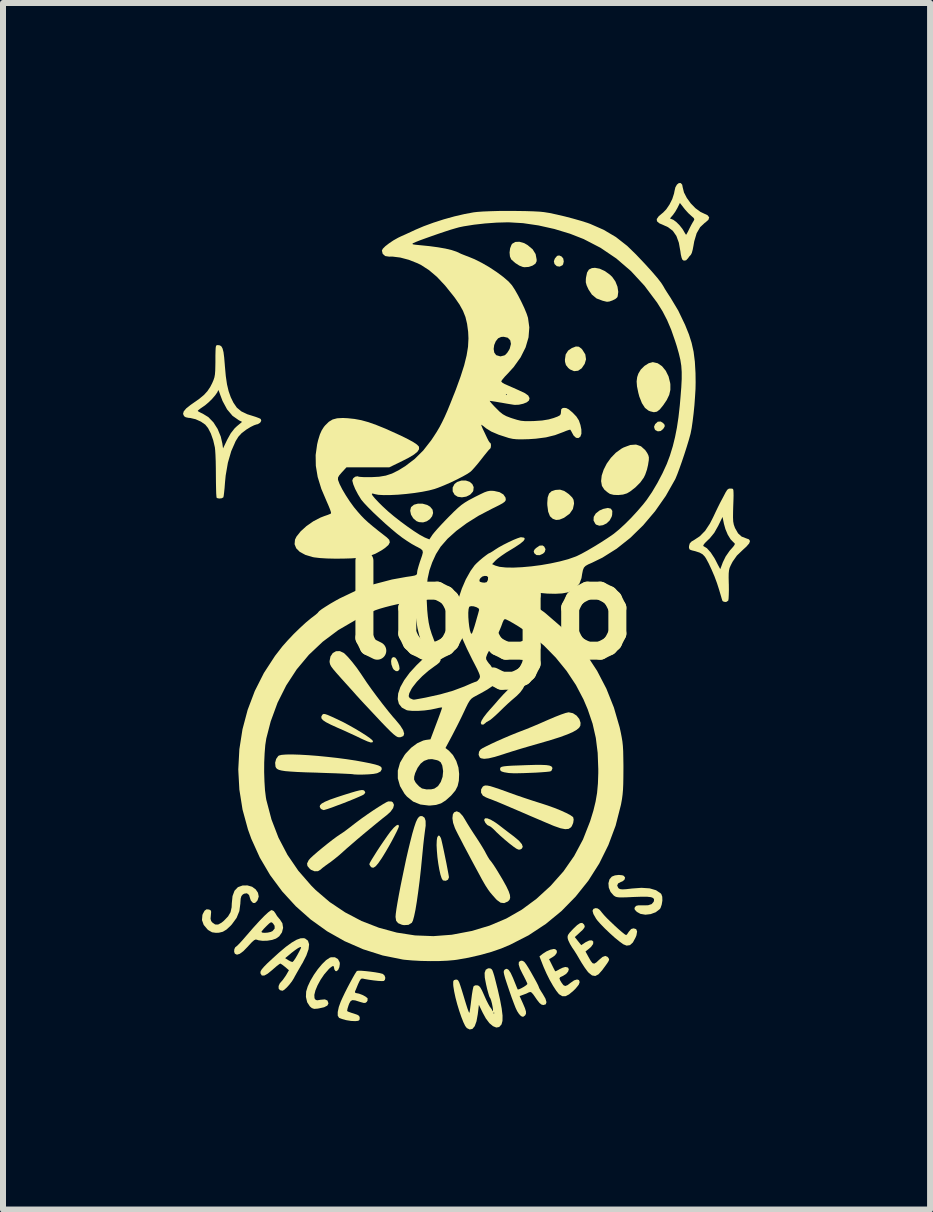
<source format=kicad_pcb>
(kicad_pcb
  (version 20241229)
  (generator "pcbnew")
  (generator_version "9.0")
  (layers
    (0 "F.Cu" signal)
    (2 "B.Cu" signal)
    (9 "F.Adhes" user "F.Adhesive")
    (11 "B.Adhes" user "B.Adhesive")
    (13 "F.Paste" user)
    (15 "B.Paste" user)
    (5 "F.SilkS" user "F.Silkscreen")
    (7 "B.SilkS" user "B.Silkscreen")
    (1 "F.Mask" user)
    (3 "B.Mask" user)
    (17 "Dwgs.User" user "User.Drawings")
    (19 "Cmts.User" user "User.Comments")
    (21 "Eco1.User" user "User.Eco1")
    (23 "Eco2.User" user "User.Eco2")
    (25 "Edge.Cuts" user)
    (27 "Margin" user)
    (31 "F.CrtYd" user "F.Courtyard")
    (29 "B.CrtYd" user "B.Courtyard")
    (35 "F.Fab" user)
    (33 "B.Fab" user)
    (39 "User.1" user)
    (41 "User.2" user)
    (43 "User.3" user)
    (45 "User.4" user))
  (footprint "logo"
    (layer "F.Cu")
    (at 5.093 7.113)
    (property "Reference" "logo" (at 0 0 0) (layer "F.SilkS") (effects (font (size 1.5 1.5) (thickness 0.3))))
    (attr board_only exclude_from_pos_files exclude_from_bom)
    (fp_poly (pts (xy 0.924 -1.057) (xy 0.946 -1.013) (xy 0.933 -0.967) (xy 0.905 -0.939) (xy 0.847 -0.913) (xy 0.795 -0.915) (xy 0.758 -0.946) (xy 0.758 -0.947) (xy 0.749 -0.978) (xy 0.763 -1.007) (xy 0.788 -1.032) (xy 0.847 -1.072) (xy 0.896 -1.075)) (stroke (width 0) (type solid)) (fill yes) (layer "F.SilkS"))
    (fp_poly (pts (xy 2.906 -3.114) (xy 2.931 -3.084) (xy 2.931 -3.056) (xy 2.906 -3.016) (xy 2.865 -2.982) (xy 2.817 -2.976) (xy 2.776 -2.997) (xy 2.765 -3.013) (xy 2.754 -3.052) (xy 2.771 -3.094) (xy 2.774 -3.098) (xy 2.816 -3.137) (xy 2.865 -3.14)) (stroke (width 0) (type solid)) (fill yes) (layer "F.SilkS"))
    (fp_poly (pts (xy 1.213 -5.89) (xy 1.241 -5.857) (xy 1.25 -5.807) (xy 1.239 -5.759) (xy 1.227 -5.743) (xy 1.182 -5.721) (xy 1.134 -5.728) (xy 1.097 -5.763) (xy 1.095 -5.767) (xy 1.085 -5.81) (xy 1.1 -5.852) (xy 1.106 -5.861) (xy 1.139 -5.9) (xy 1.173 -5.907)) (stroke (width 0) (type solid)) (fill yes) (layer "F.SilkS"))
    (fp_poly (pts (xy -1.561 0.791) (xy -1.558 0.793) (xy -1.534 0.823) (xy -1.51 0.875) (xy -1.492 0.932) (xy -1.486 0.978) (xy -1.488 0.988) (xy -1.511 1.018) (xy -1.546 1.019) (xy -1.583 0.993) (xy -1.6 0.967) (xy -1.622 0.906) (xy -1.627 0.851) (xy -1.618 0.808) (xy -1.595 0.785)) (stroke (width 0) (type solid)) (fill yes) (layer "F.SilkS"))
    (fp_poly (pts (xy -0.319 -2.136) (xy -0.274 -2.098) (xy -0.251 -2.047) (xy -0.257 -1.988) (xy -0.266 -1.969) (xy -0.31 -1.921) (xy -0.374 -1.889) (xy -0.447 -1.877) (xy -0.516 -1.886) (xy -0.567 -1.917) (xy -0.601 -1.976) (xy -0.601 -2.041) (xy -0.571 -2.098) (xy -0.529 -2.132) (xy -0.454 -2.157) (xy -0.382 -2.157)) (stroke (width 0) (type solid)) (fill yes) (layer "F.SilkS"))
    (fp_poly (pts (xy 2.035 -1.688) (xy 2.059 -1.65) (xy 2.056 -1.585) (xy 2.048 -1.554) (xy 2.015 -1.492) (xy 1.964 -1.443) (xy 1.903 -1.413) (xy 1.842 -1.404) (xy 1.789 -1.422) (xy 1.776 -1.435) (xy 1.746 -1.491) (xy 1.749 -1.551) (xy 1.783 -1.608) (xy 1.845 -1.657) (xy 1.907 -1.684) (xy 1.984 -1.7)) (stroke (width 0) (type solid)) (fill yes) (layer "F.SilkS"))
    (fp_poly (pts (xy -1.102 -1.771) (xy -1.026 -1.75) (xy -0.977 -1.721) (xy -0.936 -1.671) (xy -0.927 -1.616) (xy -0.943 -1.562) (xy -0.98 -1.514) (xy -1.032 -1.478) (xy -1.094 -1.459) (xy -1.161 -1.464) (xy -1.203 -1.48) (xy -1.258 -1.527) (xy -1.295 -1.588) (xy -1.309 -1.653) (xy -1.296 -1.71) (xy -1.292 -1.716) (xy -1.246 -1.754) (xy -1.179 -1.772)) (stroke (width 0) (type solid)) (fill yes) (layer "F.SilkS"))
    (fp_poly (pts (xy 1.5 -4.387) (xy 1.544 -4.355) (xy 1.559 -4.338) (xy 1.609 -4.258) (xy 1.621 -4.177) (xy 1.599 -4.101) (xy 1.549 -4.027) (xy 1.489 -3.986) (xy 1.422 -3.979) (xy 1.354 -4.008) (xy 1.324 -4.033) (xy 1.286 -4.081) (xy 1.271 -4.135) (xy 1.269 -4.171) (xy 1.282 -4.258) (xy 1.323 -4.322) (xy 1.386 -4.365) (xy 1.451 -4.39)) (stroke (width 0) (type solid)) (fill yes) (layer "F.SilkS"))
    (fp_poly (pts (xy 0.591 -6.112) (xy 0.645 -6.081) (xy 0.731 -6.01) (xy 0.781 -5.93) (xy 0.798 -5.839) (xy 0.798 -5.811) (xy 0.778 -5.77) (xy 0.731 -5.738) (xy 0.667 -5.716) (xy 0.596 -5.711) (xy 0.568 -5.715) (xy 0.509 -5.738) (xy 0.442 -5.781) (xy 0.381 -5.835) (xy 0.373 -5.843) (xy 0.353 -5.89) (xy 0.347 -5.956) (xy 0.356 -6.026) (xy 0.379 -6.085) (xy 0.391 -6.102) (xy 0.442 -6.132) (xy 0.511 -6.135)) (stroke (width 0) (type solid)) (fill yes) (layer "F.SilkS"))
    (fp_poly (pts (xy 1.258 -1.983) (xy 1.331 -1.933) (xy 1.345 -1.92) (xy 1.391 -1.874) (xy 1.413 -1.836) (xy 1.42 -1.788) (xy 1.421 -1.77) (xy 1.402 -1.682) (xy 1.349 -1.605) (xy 1.262 -1.541) (xy 1.248 -1.533) (xy 1.179 -1.505) (xy 1.122 -1.5) (xy 1.067 -1.519) (xy 1.02 -1.562) (xy 0.99 -1.638) (xy 0.976 -1.745) (xy 0.975 -1.783) (xy 0.982 -1.876) (xy 1.005 -1.94) (xy 1.047 -1.979) (xy 1.111 -2) (xy 1.188 -2.005)) (stroke (width 0) (type solid)) (fill yes) (layer "F.SilkS"))
    (fp_poly (pts (xy -0.82 3.762) (xy -0.799 3.797) (xy -0.792 3.818) (xy -0.78 3.867) (xy -0.764 3.939) (xy -0.745 4.028) (xy -0.725 4.125) (xy -0.705 4.222) (xy -0.688 4.312) (xy -0.674 4.386) (xy -0.665 4.437) (xy -0.663 4.455) (xy -0.679 4.493) (xy -0.715 4.512) (xy -0.757 4.507) (xy -0.765 4.503) (xy -0.785 4.47) (xy -0.805 4.408) (xy -0.824 4.323) (xy -0.841 4.224) (xy -0.855 4.119) (xy -0.864 4.014) (xy -0.869 3.918) (xy -0.866 3.839) (xy -0.859 3.792) (xy -0.842 3.76)) (stroke (width 0) (type solid)) (fill yes) (layer "F.SilkS"))
    (fp_poly (pts (xy -2.09 3.002) (xy -2.074 3.011) (xy -2.068 3.017) (xy -2.057 3.044) (xy -2.079 3.072) (xy -2.107 3.088) (xy -2.163 3.113) (xy -2.24 3.146) (xy -2.331 3.183) (xy -2.427 3.221) (xy -2.524 3.257) (xy -2.611 3.29) (xy -2.684 3.315) (xy -2.734 3.33) (xy -2.751 3.334) (xy -2.787 3.32) (xy -2.801 3.308) (xy -2.816 3.28) (xy -2.811 3.253) (xy -2.783 3.225) (xy -2.729 3.195) (xy -2.646 3.16) (xy -2.531 3.12) (xy -2.415 3.082) (xy -2.3 3.046) (xy -2.215 3.021) (xy -2.155 3.006) (xy -2.115 3)) (stroke (width 0) (type solid)) (fill yes) (layer "F.SilkS"))
    (fp_poly (pts (xy 1.849 -5.686) (xy 1.936 -5.646) (xy 2.019 -5.586) (xy 2.059 -5.547) (xy 2.111 -5.472) (xy 2.145 -5.386) (xy 2.158 -5.3) (xy 2.148 -5.226) (xy 2.14 -5.208) (xy 2.113 -5.184) (xy 2.065 -5.159) (xy 2.012 -5.14) (xy 1.972 -5.135) (xy 1.97 -5.135) (xy 1.947 -5.14) (xy 1.903 -5.151) (xy 1.901 -5.151) (xy 1.797 -5.19) (xy 1.718 -5.255) (xy 1.661 -5.342) (xy 1.631 -5.408) (xy 1.617 -5.46) (xy 1.618 -5.515) (xy 1.621 -5.54) (xy 1.638 -5.622) (xy 1.669 -5.672) (xy 1.718 -5.696) (xy 1.77 -5.701)) (stroke (width 0) (type solid)) (fill yes) (layer "F.SilkS"))
    (fp_poly (pts (xy 2.815 -4.111) (xy 2.887 -4.062) (xy 2.949 -3.986) (xy 2.996 -3.891) (xy 3.023 -3.782) (xy 3.026 -3.757) (xy 3.026 -3.667) (xy 3.007 -3.584) (xy 2.965 -3.497) (xy 2.906 -3.41) (xy 2.85 -3.341) (xy 2.802 -3.304) (xy 2.751 -3.295) (xy 2.69 -3.31) (xy 2.661 -3.322) (xy 2.603 -3.367) (xy 2.552 -3.446) (xy 2.509 -3.555) (xy 2.492 -3.619) (xy 2.47 -3.726) (xy 2.464 -3.808) (xy 2.473 -3.88) (xy 2.493 -3.939) (xy 2.534 -4.007) (xy 2.595 -4.067) (xy 2.665 -4.111) (xy 2.731 -4.129) (xy 2.736 -4.129)) (stroke (width 0) (type solid)) (fill yes) (layer "F.SilkS"))
    (fp_poly (pts (xy -1.497 3.595) (xy -1.496 3.6) (xy -1.505 3.63) (xy -1.53 3.685) (xy -1.567 3.758) (xy -1.612 3.844) (xy -1.662 3.934) (xy -1.713 4.022) (xy -1.761 4.101) (xy -1.785 4.139) (xy -1.841 4.22) (xy -1.884 4.27) (xy -1.918 4.293) (xy -1.947 4.292) (xy -1.966 4.277) (xy -1.986 4.246) (xy -1.989 4.233) (xy -1.979 4.209) (xy -1.951 4.16) (xy -1.909 4.093) (xy -1.859 4.013) (xy -1.803 3.928) (xy -1.745 3.843) (xy -1.691 3.765) (xy -1.643 3.699) (xy -1.636 3.69) (xy -1.583 3.628) (xy -1.54 3.59) (xy -1.51 3.578)) (stroke (width 0) (type solid)) (fill yes) (layer "F.SilkS"))
    (fp_poly (pts (xy -0.025 3.471) (xy 0.033 3.494) (xy 0.108 3.539) (xy 0.167 3.581) (xy 0.248 3.644) (xy 0.34 3.714) (xy 0.422 3.776) (xy 0.503 3.844) (xy 0.552 3.902) (xy 0.567 3.947) (xy 0.549 3.978) (xy 0.547 3.979) (xy 0.521 3.992) (xy 0.494 3.992) (xy 0.459 3.976) (xy 0.409 3.941) (xy 0.337 3.885) (xy 0.263 3.823) (xy 0.189 3.758) (xy 0.127 3.7) (xy 0.114 3.686) (xy 0.068 3.641) (xy 0.029 3.609) (xy 0.008 3.599) (xy -0.024 3.583) (xy -0.056 3.547) (xy -0.075 3.506) (xy -0.076 3.496) (xy -0.062 3.471)) (stroke (width 0) (type solid)) (fill yes) (layer "F.SilkS"))
    (fp_poly (pts (xy -2.724 1.735) (xy -2.683 1.749) (xy -2.621 1.776) (xy -2.532 1.817) (xy -2.515 1.825) (xy -2.42 1.871) (xy -2.32 1.925) (xy -2.221 1.981) (xy -2.128 2.037) (xy -2.046 2.089) (xy -1.982 2.134) (xy -1.941 2.168) (xy -1.928 2.188) (xy -1.939 2.206) (xy -1.968 2.207) (xy -2.02 2.19) (xy -2.099 2.155) (xy -2.131 2.14) (xy -2.209 2.102) (xy -2.309 2.056) (xy -2.418 2.006) (xy -2.519 1.962) (xy -2.631 1.911) (xy -2.711 1.87) (xy -2.762 1.836) (xy -2.787 1.806) (xy -2.79 1.778) (xy -2.777 1.752) (xy -2.765 1.738) (xy -2.749 1.732)) (stroke (width 0) (type solid)) (fill yes) (layer "F.SilkS"))
    (fp_poly (pts (xy 0.957 2.584) (xy 1.01 2.592) (xy 1.043 2.605) (xy 1.058 2.624) (xy 1.061 2.641) (xy 1.047 2.674) (xy 1.037 2.685) (xy 1.012 2.692) (xy 0.956 2.698) (xy 0.877 2.704) (xy 0.783 2.71) (xy 0.681 2.714) (xy 0.579 2.718) (xy 0.484 2.72) (xy 0.404 2.72) (xy 0.346 2.717) (xy 0.331 2.716) (xy 0.258 2.704) (xy 0.215 2.691) (xy 0.194 2.674) (xy 0.189 2.652) (xy 0.191 2.635) (xy 0.199 2.622) (xy 0.219 2.612) (xy 0.254 2.605) (xy 0.309 2.599) (xy 0.388 2.594) (xy 0.497 2.59) (xy 0.628 2.585) (xy 0.77 2.581) (xy 0.878 2.581)) (stroke (width 0) (type solid)) (fill yes) (layer "F.SilkS"))
    (fp_poly (pts (xy 2.537 -2.727) (xy 2.607 -2.664) (xy 2.64 -2.616) (xy 2.659 -2.578) (xy 2.668 -2.543) (xy 2.667 -2.498) (xy 2.656 -2.429) (xy 2.655 -2.42) (xy 2.636 -2.338) (xy 2.608 -2.257) (xy 2.583 -2.205) (xy 2.524 -2.123) (xy 2.444 -2.043) (xy 2.357 -1.975) (xy 2.303 -1.943) (xy 2.237 -1.923) (xy 2.158 -1.915) (xy 2.081 -1.918) (xy 2.022 -1.933) (xy 2.017 -1.935) (xy 1.977 -1.962) (xy 1.931 -2.001) (xy 1.927 -2.004) (xy 1.886 -2.067) (xy 1.872 -2.147) (xy 1.882 -2.24) (xy 1.915 -2.339) (xy 1.966 -2.439) (xy 2.035 -2.535) (xy 2.117 -2.62) (xy 2.211 -2.688) (xy 2.246 -2.707) (xy 2.357 -2.749) (xy 2.454 -2.756)) (stroke (width 0) (type solid)) (fill yes) (layer "F.SilkS"))
    (fp_poly (pts (xy 1.816 4.973) (xy 1.851 4.999) (xy 1.89 5.047) (xy 1.922 5.085) (xy 1.971 5.137) (xy 2.033 5.197) (xy 2.099 5.26) (xy 2.164 5.319) (xy 2.221 5.368) (xy 2.265 5.403) (xy 2.289 5.417) (xy 2.289 5.417) (xy 2.306 5.402) (xy 2.33 5.366) (xy 2.334 5.36) (xy 2.373 5.315) (xy 2.413 5.304) (xy 2.456 5.317) (xy 2.472 5.356) (xy 2.461 5.42) (xy 2.446 5.457) (xy 2.402 5.539) (xy 2.353 5.584) (xy 2.297 5.592) (xy 2.242 5.57) (xy 2.18 5.525) (xy 2.102 5.462) (xy 2.018 5.386) (xy 1.935 5.307) (xy 1.862 5.232) (xy 1.806 5.168) (xy 1.788 5.143) (xy 1.744 5.066) (xy 1.729 5.012) (xy 1.744 4.98) (xy 1.781 4.967)) (stroke (width 0) (type solid)) (fill yes) (layer "F.SilkS"))
    (fp_poly (pts (xy 0.549 1.174) (xy 0.552 1.176) (xy 0.587 1.204) (xy 0.6 1.223) (xy 0.596 1.26) (xy 0.569 1.312) (xy 0.525 1.372) (xy 0.468 1.43) (xy 0.432 1.461) (xy 0.385 1.501) (xy 0.32 1.559) (xy 0.248 1.627) (xy 0.194 1.68) (xy 0.128 1.743) (xy 0.07 1.795) (xy 0.025 1.832) (xy 0.001 1.846) (xy -0.041 1.87) (xy -0.057 1.885) (xy -0.09 1.91) (xy -0.12 1.908) (xy -0.133 1.882) (xy -0.133 1.882) (xy -0.12 1.844) (xy -0.084 1.786) (xy -0.03 1.716) (xy 0.021 1.657) (xy 0.059 1.615) (xy 0.111 1.556) (xy 0.167 1.491) (xy 0.177 1.48) (xy 0.245 1.405) (xy 0.325 1.324) (xy 0.397 1.257) (xy 0.457 1.207) (xy 0.498 1.179) (xy 0.526 1.169)) (stroke (width 0) (type solid)) (fill yes) (layer "F.SilkS"))
    (fp_poly (pts (xy -1.104 3.436) (xy -1.069 3.462) (xy -1.052 3.513) (xy -1.051 3.594) (xy -1.06 3.66) (xy -1.068 3.721) (xy -1.079 3.81) (xy -1.091 3.917) (xy -1.102 4.031) (xy -1.107 4.082) (xy -1.129 4.308) (xy -1.152 4.515) (xy -1.176 4.7) (xy -1.199 4.862) (xy -1.221 4.996) (xy -1.243 5.101) (xy -1.263 5.174) (xy -1.281 5.211) (xy -1.281 5.211) (xy -1.337 5.246) (xy -1.411 5.251) (xy -1.446 5.245) (xy -1.51 5.218) (xy -1.543 5.178) (xy -1.553 5.114) (xy -1.553 5.113) (xy -1.549 5.062) (xy -1.538 4.98) (xy -1.52 4.872) (xy -1.497 4.744) (xy -1.47 4.602) (xy -1.439 4.451) (xy -1.407 4.297) (xy -1.375 4.145) (xy -1.342 4.002) (xy -1.311 3.874) (xy -1.274 3.728) (xy -1.241 3.615) (xy -1.213 3.533) (xy -1.187 3.478) (xy -1.161 3.445) (xy -1.134 3.433)) (stroke (width 0) (type solid)) (fill yes) (layer "F.SilkS"))
    (fp_poly (pts (xy 1.403 1.72) (xy 1.464 1.76) (xy 1.509 1.817) (xy 1.53 1.88) (xy 1.526 1.929) (xy 1.505 1.963) (xy 1.463 1.998) (xy 1.398 2.035) (xy 1.307 2.074) (xy 1.187 2.118) (xy 1.036 2.166) (xy 0.851 2.22) (xy 0.805 2.233) (xy 0.676 2.27) (xy 0.54 2.31) (xy 0.409 2.35) (xy 0.295 2.386) (xy 0.238 2.405) (xy 0.103 2.447) (xy -0.001 2.472) (xy -0.077 2.48) (xy -0.128 2.471) (xy -0.148 2.459) (xy -0.169 2.414) (xy -0.162 2.362) (xy -0.137 2.325) (xy -0.104 2.303) (xy -0.042 2.271) (xy 0.042 2.23) (xy 0.141 2.184) (xy 0.248 2.137) (xy 0.358 2.09) (xy 0.464 2.047) (xy 0.534 2.02) (xy 0.62 1.987) (xy 0.728 1.943) (xy 0.846 1.893) (xy 0.962 1.842) (xy 0.994 1.828) (xy 1.107 1.78) (xy 1.204 1.742) (xy 1.28 1.716) (xy 1.329 1.705) (xy 1.334 1.705)) (stroke (width 0) (type solid)) (fill yes) (layer "F.SilkS"))
    (fp_poly (pts (xy -2.563 5.786) (xy -2.512 5.816) (xy -2.484 5.87) (xy -2.481 5.897) (xy -2.489 5.952) (xy -2.509 5.996) (xy -2.535 6.018) (xy -2.554 6.016) (xy -2.573 5.987) (xy -2.576 5.965) (xy -2.583 5.935) (xy -2.606 5.935) (xy -2.647 5.966) (xy -2.671 5.99) (xy -2.741 6.071) (xy -2.802 6.161) (xy -2.852 6.253) (xy -2.888 6.339) (xy -2.906 6.413) (xy -2.903 6.467) (xy -2.9 6.474) (xy -2.882 6.497) (xy -2.856 6.503) (xy -2.807 6.495) (xy -2.802 6.494) (xy -2.73 6.488) (xy -2.687 6.507) (xy -2.671 6.552) (xy -2.671 6.556) (xy -2.689 6.591) (xy -2.743 6.619) (xy -2.834 6.639) (xy -2.853 6.642) (xy -2.909 6.646) (xy -2.947 6.633) (xy -2.98 6.605) (xy -3.025 6.536) (xy -3.046 6.447) (xy -3.042 6.356) (xy -3.016 6.272) (xy -2.972 6.178) (xy -2.914 6.079) (xy -2.848 5.985) (xy -2.778 5.901) (xy -2.711 5.835) (xy -2.65 5.794) (xy -2.628 5.786)) (stroke (width 0) (type solid)) (fill yes) (layer "F.SilkS"))
    (fp_poly (pts (xy -0.024 2.925) (xy 0.026 2.935) (xy 0.096 2.957) (xy 0.191 2.989) (xy 0.316 3.034) (xy 0.332 3.04) (xy 0.457 3.085) (xy 0.595 3.132) (xy 0.731 3.177) (xy 0.85 3.215) (xy 0.867 3.22) (xy 0.983 3.258) (xy 1.097 3.299) (xy 1.203 3.342) (xy 1.293 3.383) (xy 1.361 3.419) (xy 1.402 3.448) (xy 1.407 3.454) (xy 1.415 3.493) (xy 1.407 3.548) (xy 1.385 3.6) (xy 1.37 3.621) (xy 1.331 3.647) (xy 1.274 3.652) (xy 1.197 3.637) (xy 1.093 3.601) (xy 1.07 3.592) (xy 1.008 3.566) (xy 0.919 3.528) (xy 0.809 3.481) (xy 0.687 3.429) (xy 0.56 3.374) (xy 0.502 3.349) (xy 0.38 3.297) (xy 0.266 3.248) (xy 0.166 3.206) (xy 0.084 3.173) (xy 0.028 3.151) (xy 0.009 3.145) (xy -0.047 3.122) (xy -0.092 3.097) (xy -0.099 3.092) (xy -0.128 3.044) (xy -0.127 2.989) (xy -0.101 2.945) (xy -0.082 2.931) (xy -0.058 2.924)) (stroke (width 0) (type solid)) (fill yes) (layer "F.SilkS"))
    (fp_poly (pts (xy -3.147 2.411) (xy -3.005 2.419) (xy -2.851 2.431) (xy -2.69 2.447) (xy -2.527 2.465) (xy -2.367 2.486) (xy -2.216 2.509) (xy -2.095 2.531) (xy -1.978 2.554) (xy -1.893 2.574) (xy -1.837 2.591) (xy -1.803 2.608) (xy -1.786 2.626) (xy -1.783 2.649) (xy -1.784 2.657) (xy -1.803 2.691) (xy -1.851 2.716) (xy -1.866 2.721) (xy -1.919 2.731) (xy -1.996 2.738) (xy -2.083 2.742) (xy -2.169 2.743) (xy -2.239 2.74) (xy -2.273 2.735) (xy -2.298 2.733) (xy -2.357 2.73) (xy -2.443 2.726) (xy -2.553 2.721) (xy -2.68 2.717) (xy -2.821 2.712) (xy -2.87 2.71) (xy -3.047 2.705) (xy -3.19 2.699) (xy -3.302 2.692) (xy -3.388 2.685) (xy -3.451 2.675) (xy -3.495 2.664) (xy -3.525 2.649) (xy -3.542 2.632) (xy -3.553 2.61) (xy -3.553 2.609) (xy -3.559 2.545) (xy -3.542 2.482) (xy -3.508 2.434) (xy -3.495 2.425) (xy -3.451 2.414) (xy -3.375 2.408) (xy -3.272 2.407)) (stroke (width 0) (type solid)) (fill yes) (layer "F.SilkS"))
    (fp_poly (pts (xy -2.415 0.716) (xy -2.404 0.725) (xy -2.345 0.784) (xy -2.274 0.867) (xy -2.197 0.966) (xy -2.123 1.073) (xy -2.095 1.115) (xy -2.031 1.211) (xy -1.95 1.325) (xy -1.859 1.448) (xy -1.765 1.571) (xy -1.675 1.685) (xy -1.595 1.782) (xy -1.554 1.828) (xy -1.475 1.924) (xy -1.426 2.002) (xy -1.409 2.061) (xy -1.422 2.1) (xy -1.467 2.119) (xy -1.496 2.121) (xy -1.518 2.117) (xy -1.547 2.101) (xy -1.584 2.072) (xy -1.635 2.025) (xy -1.703 1.957) (xy -1.791 1.866) (xy -1.831 1.823) (xy -1.92 1.728) (xy -2.006 1.636) (xy -2.084 1.553) (xy -2.147 1.485) (xy -2.191 1.436) (xy -2.198 1.429) (xy -2.242 1.379) (xy -2.305 1.309) (xy -2.378 1.228) (xy -2.453 1.145) (xy -2.467 1.129) (xy -2.54 1.047) (xy -2.591 0.987) (xy -2.624 0.943) (xy -2.642 0.909) (xy -2.65 0.878) (xy -2.652 0.853) (xy -2.637 0.775) (xy -2.599 0.718) (xy -2.545 0.687) (xy -2.481 0.685)) (stroke (width 0) (type solid)) (fill yes) (layer "F.SilkS"))
    (fp_poly (pts (xy -1.619 3.191) (xy -1.596 3.207) (xy -1.579 3.248) (xy -1.593 3.301) (xy -1.636 3.361) (xy -1.694 3.414) (xy -1.773 3.476) (xy -1.869 3.554) (xy -1.976 3.642) (xy -2.087 3.734) (xy -2.195 3.825) (xy -2.292 3.909) (xy -2.372 3.978) (xy -2.414 4.016) (xy -2.489 4.083) (xy -2.571 4.15) (xy -2.644 4.206) (xy -2.662 4.218) (xy -2.722 4.261) (xy -2.772 4.299) (xy -2.801 4.325) (xy -2.802 4.326) (xy -2.846 4.352) (xy -2.903 4.353) (xy -2.961 4.329) (xy -2.984 4.31) (xy -3.021 4.265) (xy -3.027 4.224) (xy -3.003 4.174) (xy -2.997 4.165) (xy -2.97 4.134) (xy -2.919 4.087) (xy -2.85 4.027) (xy -2.77 3.961) (xy -2.687 3.894) (xy -2.605 3.83) (xy -2.532 3.776) (xy -2.474 3.737) (xy -2.473 3.736) (xy -2.42 3.701) (xy -2.352 3.651) (xy -2.282 3.597) (xy -2.273 3.59) (xy -2.198 3.532) (xy -2.11 3.467) (xy -2.016 3.401) (xy -1.922 3.337) (xy -1.834 3.28) (xy -1.758 3.233) (xy -1.702 3.201) (xy -1.673 3.189)) (stroke (width 0) (type solid)) (fill yes) (layer "F.SilkS"))
    (fp_poly (pts (xy -0.486 3.374) (xy -0.434 3.431) (xy -0.398 3.488) (xy -0.358 3.556) (xy -0.305 3.641) (xy -0.247 3.731) (xy -0.215 3.779) (xy -0.161 3.862) (xy -0.108 3.947) (xy -0.065 4.02) (xy -0.047 4.055) (xy -0.015 4.113) (xy 0.013 4.158) (xy 0.028 4.176) (xy 0.047 4.2) (xy 0.081 4.248) (xy 0.123 4.313) (xy 0.156 4.367) (xy 0.235 4.499) (xy 0.293 4.604) (xy 0.332 4.686) (xy 0.353 4.748) (xy 0.357 4.795) (xy 0.346 4.829) (xy 0.32 4.856) (xy 0.318 4.857) (xy 0.257 4.884) (xy 0.198 4.877) (xy 0.137 4.833) (xy 0.12 4.816) (xy 0.064 4.753) (xy 0.024 4.706) (xy -0.009 4.661) (xy -0.044 4.607) (xy -0.048 4.602) (xy -0.075 4.556) (xy -0.116 4.484) (xy -0.167 4.389) (xy -0.226 4.28) (xy -0.289 4.163) (xy -0.353 4.042) (xy -0.415 3.926) (xy -0.47 3.819) (xy -0.517 3.729) (xy -0.551 3.661) (xy -0.565 3.63) (xy -0.594 3.546) (xy -0.605 3.469) (xy -0.598 3.406) (xy -0.578 3.372) (xy -0.534 3.354)) (stroke (width 0) (type solid)) (fill yes) (layer "F.SilkS"))
    (fp_poly (pts (xy 1.109 5.652) (xy 1.135 5.677) (xy 1.133 5.714) (xy 1.104 5.754) (xy 1.071 5.779) (xy 1.005 5.818) (xy 1.054 5.916) (xy 1.081 5.97) (xy 1.101 6.008) (xy 1.108 6.02) (xy 1.126 6.014) (xy 1.163 5.995) (xy 1.177 5.986) (xy 1.229 5.961) (xy 1.275 5.948) (xy 1.281 5.948) (xy 1.321 5.958) (xy 1.334 5.986) (xy 1.323 6.023) (xy 1.291 6.062) (xy 1.24 6.095) (xy 1.232 6.099) (xy 1.192 6.117) (xy 1.178 6.136) (xy 1.188 6.167) (xy 1.212 6.208) (xy 1.244 6.251) (xy 1.275 6.265) (xy 1.314 6.25) (xy 1.363 6.212) (xy 1.422 6.171) (xy 1.471 6.156) (xy 1.504 6.166) (xy 1.515 6.2) (xy 1.499 6.244) (xy 1.45 6.305) (xy 1.412 6.343) (xy 1.338 6.405) (xy 1.278 6.435) (xy 1.226 6.435) (xy 1.178 6.406) (xy 1.167 6.397) (xy 1.124 6.343) (xy 1.072 6.263) (xy 1.016 6.165) (xy 0.963 6.059) (xy 0.916 5.953) (xy 0.906 5.928) (xy 0.845 5.772) (xy 0.901 5.727) (xy 0.962 5.688) (xy 1.027 5.66) (xy 1.083 5.648)) (stroke (width 0) (type solid)) (fill yes) (layer "F.SilkS"))
    (fp_poly (pts (xy 1.584 5.236) (xy 1.592 5.248) (xy 1.6 5.272) (xy 1.591 5.297) (xy 1.562 5.332) (xy 1.523 5.368) (xy 1.434 5.45) (xy 1.487 5.517) (xy 1.541 5.584) (xy 1.613 5.536) (xy 1.675 5.506) (xy 1.72 5.505) (xy 1.742 5.526) (xy 1.739 5.565) (xy 1.705 5.613) (xy 1.677 5.638) (xy 1.612 5.69) (xy 1.662 5.781) (xy 1.701 5.849) (xy 1.73 5.885) (xy 1.759 5.892) (xy 1.794 5.871) (xy 1.834 5.833) (xy 1.895 5.781) (xy 1.942 5.764) (xy 1.979 5.779) (xy 1.995 5.799) (xy 2.003 5.813) (xy 2.005 5.828) (xy 1.997 5.849) (xy 1.977 5.882) (xy 1.94 5.934) (xy 1.888 6.004) (xy 1.829 6.07) (xy 1.775 6.098) (xy 1.721 6.089) (xy 1.665 6.044) (xy 1.644 6.02) (xy 1.598 5.957) (xy 1.548 5.88) (xy 1.515 5.824) (xy 1.471 5.749) (xy 1.423 5.672) (xy 1.391 5.626) (xy 1.354 5.565) (xy 1.326 5.506) (xy 1.317 5.48) (xy 1.313 5.446) (xy 1.32 5.416) (xy 1.344 5.381) (xy 1.389 5.332) (xy 1.406 5.314) (xy 1.472 5.251) (xy 1.521 5.218) (xy 1.557 5.213)) (stroke (width 0) (type solid)) (fill yes) (layer "F.SilkS"))
    (fp_poly (pts (xy -3.581 5.017) (xy -3.556 5.051) (xy -3.527 5.099) (xy -3.486 5.149) (xy -3.481 5.153) (xy -3.438 5.22) (xy -3.426 5.296) (xy -3.445 5.371) (xy -3.491 5.437) (xy -3.545 5.475) (xy -3.609 5.497) (xy -3.688 5.51) (xy -3.769 5.512) (xy -3.837 5.503) (xy -3.862 5.494) (xy -3.883 5.49) (xy -3.909 5.502) (xy -3.946 5.534) (xy -3.999 5.591) (xy -4.014 5.608) (xy -4.089 5.685) (xy -4.149 5.729) (xy -4.195 5.743) (xy -4.23 5.727) (xy -4.242 5.694) (xy -4.239 5.652) (xy -4.223 5.619) (xy -4.216 5.614) (xy -4.193 5.596) (xy -4.152 5.555) (xy -4.099 5.497) (xy -4.044 5.433) (xy -3.984 5.364) (xy -3.788 5.364) (xy -3.772 5.376) (xy -3.732 5.379) (xy -3.681 5.375) (xy -3.633 5.364) (xy -3.603 5.35) (xy -3.567 5.308) (xy -3.568 5.262) (xy -3.593 5.224) (xy -3.612 5.206) (xy -3.63 5.204) (xy -3.657 5.222) (xy -3.7 5.263) (xy -3.706 5.269) (xy -3.75 5.314) (xy -3.779 5.349) (xy -3.788 5.364) (xy -3.984 5.364) (xy -3.925 5.296) (xy -3.823 5.184) (xy -3.739 5.097) (xy -3.674 5.037) (xy -3.63 5.005) (xy -3.615 5)) (stroke (width 0) (type solid)) (fill yes) (layer "F.SilkS"))
    (fp_poly (pts (xy -3.943 4.611) (xy -3.883 4.655) (xy -3.845 4.711) (xy -3.832 4.774) (xy -3.851 4.835) (xy -3.862 4.851) (xy -3.893 4.881) (xy -3.92 4.882) (xy -3.934 4.875) (xy -3.964 4.841) (xy -3.975 4.809) (xy -3.994 4.748) (xy -4.029 4.72) (xy -4.076 4.727) (xy -4.1 4.742) (xy -4.121 4.767) (xy -4.133 4.809) (xy -4.138 4.878) (xy -4.138 4.889) (xy -4.155 5.017) (xy -4.201 5.13) (xy -4.28 5.238) (xy -4.303 5.263) (xy -4.37 5.325) (xy -4.43 5.361) (xy -4.495 5.377) (xy -4.546 5.379) (xy -4.61 5.37) (xy -4.669 5.336) (xy -4.687 5.321) (xy -4.749 5.247) (xy -4.778 5.166) (xy -4.771 5.084) (xy -4.765 5.066) (xy -4.735 5.011) (xy -4.702 4.987) (xy -4.659 4.991) (xy -4.657 4.992) (xy -4.633 5.004) (xy -4.625 5.028) (xy -4.629 5.076) (xy -4.63 5.087) (xy -4.635 5.144) (xy -4.625 5.182) (xy -4.604 5.208) (xy -4.558 5.24) (xy -4.509 5.241) (xy -4.452 5.21) (xy -4.412 5.177) (xy -4.343 5.105) (xy -4.302 5.035) (xy -4.284 4.954) (xy -4.281 4.887) (xy -4.269 4.767) (xy -4.236 4.678) (xy -4.179 4.618) (xy -4.101 4.59) (xy -4.02 4.589)) (stroke (width 0) (type solid)) (fill yes) (layer "F.SilkS"))
    (fp_poly (pts (xy 2.226 4.42) (xy 2.251 4.43) (xy 2.272 4.459) (xy 2.262 4.493) (xy 2.227 4.522) (xy 2.202 4.531) (xy 2.155 4.556) (xy 2.14 4.592) (xy 2.159 4.632) (xy 2.169 4.641) (xy 2.191 4.651) (xy 2.227 4.655) (xy 2.286 4.652) (xy 2.375 4.642) (xy 2.38 4.641) (xy 2.545 4.629) (xy 2.681 4.638) (xy 2.787 4.669) (xy 2.863 4.72) (xy 2.875 4.733) (xy 2.891 4.777) (xy 2.893 4.841) (xy 2.882 4.908) (xy 2.862 4.966) (xy 2.849 4.984) (xy 2.782 5.036) (xy 2.698 5.067) (xy 2.61 5.077) (xy 2.527 5.063) (xy 2.468 5.03) (xy 2.434 4.995) (xy 2.428 4.969) (xy 2.436 4.95) (xy 2.457 4.929) (xy 2.492 4.921) (xy 2.552 4.921) (xy 2.563 4.921) (xy 2.654 4.92) (xy 2.715 4.9) (xy 2.747 4.862) (xy 2.752 4.849) (xy 2.754 4.82) (xy 2.739 4.799) (xy 2.704 4.785) (xy 2.643 4.778) (xy 2.554 4.777) (xy 2.432 4.781) (xy 2.407 4.782) (xy 2.299 4.787) (xy 2.221 4.789) (xy 2.168 4.788) (xy 2.132 4.783) (xy 2.107 4.774) (xy 2.086 4.76) (xy 2.081 4.756) (xy 2.03 4.698) (xy 2 4.626) (xy 1.994 4.553) (xy 2.012 4.487) (xy 2.051 4.442) (xy 2.102 4.422) (xy 2.166 4.414)) (stroke (width 0) (type solid)) (fill yes) (layer "F.SilkS"))
    (fp_poly (pts (xy -3.059 5.474) (xy -3.012 5.51) (xy -2.993 5.57) (xy -3.002 5.652) (xy -3.039 5.757) (xy -3.103 5.883) (xy -3.113 5.898) (xy -3.159 5.978) (xy -3.202 6.053) (xy -3.235 6.112) (xy -3.248 6.137) (xy -3.279 6.187) (xy -3.321 6.241) (xy -3.366 6.291) (xy -3.407 6.328) (xy -3.435 6.344) (xy -3.437 6.344) (xy -3.472 6.336) (xy -3.48 6.333) (xy -3.501 6.307) (xy -3.501 6.265) (xy -3.481 6.22) (xy -3.464 6.201) (xy -3.431 6.163) (xy -3.392 6.108) (xy -3.376 6.084) (xy -3.329 6.002) (xy -3.393 5.947) (xy -3.435 5.914) (xy -3.466 5.894) (xy -3.473 5.891) (xy -3.493 5.903) (xy -3.534 5.934) (xy -3.587 5.98) (xy -3.605 5.996) (xy -3.682 6.059) (xy -3.74 6.091) (xy -3.78 6.091) (xy -3.801 6.059) (xy -3.804 6.045) (xy -3.801 6.02) (xy -3.783 5.989) (xy -3.747 5.946) (xy -3.688 5.886) (xy -3.635 5.837) (xy -3.596 5.801) (xy -3.392 5.801) (xy -3.339 5.835) (xy -3.298 5.857) (xy -3.27 5.865) (xy -3.269 5.864) (xy -3.251 5.847) (xy -3.222 5.805) (xy -3.188 5.747) (xy -3.157 5.689) (xy -3.134 5.643) (xy -3.126 5.62) (xy -3.139 5.615) (xy -3.175 5.632) (xy -3.229 5.669) (xy -3.298 5.722) (xy -3.301 5.726) (xy -3.392 5.801) (xy -3.596 5.801) (xy -3.497 5.711) (xy -3.38 5.612) (xy -3.282 5.541) (xy -3.201 5.494) (xy -3.134 5.47) (xy -3.079 5.468)) (stroke (width 0) (type solid)) (fill yes) (layer "F.SilkS"))
    (fp_poly (pts (xy -2.119 6.011) (xy -2.048 6.017) (xy -1.968 6.026) (xy -1.889 6.037) (xy -1.82 6.049) (xy -1.77 6.062) (xy -1.766 6.063) (xy -1.736 6.09) (xy -1.723 6.129) (xy -1.731 6.165) (xy -1.75 6.181) (xy -1.782 6.183) (xy -1.84 6.18) (xy -1.915 6.172) (xy -1.994 6.161) (xy -2.069 6.148) (xy -2.076 6.146) (xy -2.1 6.141) (xy -2.119 6.142) (xy -2.135 6.154) (xy -2.153 6.183) (xy -2.177 6.234) (xy -2.209 6.312) (xy -2.229 6.359) (xy -2.223 6.38) (xy -2.209 6.383) (xy -2.162 6.392) (xy -2.106 6.413) (xy -2.055 6.44) (xy -2.022 6.466) (xy -2.018 6.473) (xy -2.02 6.51) (xy -2.034 6.531) (xy -2.055 6.546) (xy -2.083 6.547) (xy -2.131 6.534) (xy -2.151 6.528) (xy -2.224 6.505) (xy -2.27 6.5) (xy -2.3 6.515) (xy -2.323 6.554) (xy -2.335 6.585) (xy -2.352 6.638) (xy -2.359 6.675) (xy -2.357 6.684) (xy -2.335 6.695) (xy -2.287 6.712) (xy -2.248 6.724) (xy -2.19 6.744) (xy -2.16 6.763) (xy -2.15 6.789) (xy -2.15 6.801) (xy -2.154 6.831) (xy -2.175 6.845) (xy -2.223 6.85) (xy -2.226 6.85) (xy -2.294 6.847) (xy -2.369 6.835) (xy -2.387 6.831) (xy -2.443 6.815) (xy -2.486 6.799) (xy -2.495 6.794) (xy -2.516 6.759) (xy -2.516 6.698) (xy -2.498 6.614) (xy -2.465 6.523) (xy -2.436 6.459) (xy -2.398 6.379) (xy -2.354 6.292) (xy -2.308 6.205) (xy -2.265 6.126) (xy -2.229 6.063) (xy -2.203 6.023) (xy -2.197 6.015) (xy -2.172 6.01)) (stroke (width 0) (type solid)) (fill yes) (layer "F.SilkS"))
    (fp_poly (pts (xy 0.57 5.848) (xy 0.594 5.865) (xy 0.622 5.901) (xy 0.659 5.959) (xy 0.71 6.046) (xy 0.713 6.052) (xy 0.758 6.132) (xy 0.796 6.201) (xy 0.822 6.252) (xy 0.833 6.278) (xy 0.833 6.279) (xy 0.843 6.304) (xy 0.869 6.349) (xy 0.901 6.399) (xy 0.945 6.476) (xy 0.962 6.534) (xy 0.95 6.57) (xy 0.91 6.582) (xy 0.909 6.582) (xy 0.878 6.574) (xy 0.845 6.547) (xy 0.804 6.495) (xy 0.784 6.466) (xy 0.743 6.407) (xy 0.714 6.374) (xy 0.693 6.364) (xy 0.672 6.37) (xy 0.67 6.37) (xy 0.627 6.391) (xy 0.574 6.411) (xy 0.514 6.432) (xy 0.569 6.554) (xy 0.603 6.634) (xy 0.62 6.689) (xy 0.621 6.725) (xy 0.608 6.752) (xy 0.602 6.758) (xy 0.572 6.779) (xy 0.543 6.769) (xy 0.522 6.751) (xy 0.498 6.722) (xy 0.473 6.683) (xy 0.447 6.628) (xy 0.417 6.551) (xy 0.379 6.449) (xy 0.339 6.333) (xy 0.301 6.22) (xy 0.274 6.137) (xy 0.258 6.079) (xy 0.25 6.041) (xy 0.251 6.016) (xy 0.259 6) (xy 0.271 5.988) (xy 0.301 5.978) (xy 0.331 5.996) (xy 0.365 6.046) (xy 0.404 6.13) (xy 0.418 6.165) (xy 0.446 6.234) (xy 0.468 6.289) (xy 0.481 6.319) (xy 0.483 6.323) (xy 0.503 6.32) (xy 0.541 6.303) (xy 0.586 6.278) (xy 0.624 6.252) (xy 0.643 6.233) (xy 0.644 6.23) (xy 0.635 6.206) (xy 0.612 6.157) (xy 0.58 6.094) (xy 0.567 6.07) (xy 0.52 5.975) (xy 0.499 5.907) (xy 0.502 5.864) (xy 0.532 5.845) (xy 0.548 5.843)) (stroke (width 0) (type solid)) (fill yes) (layer "F.SilkS"))
    (fp_poly (pts (xy 3.223 -7.086) (xy 3.232 -7.04) (xy 3.253 -6.956) (xy 3.3 -6.865) (xy 3.366 -6.774) (xy 3.444 -6.694) (xy 3.527 -6.633) (xy 3.584 -6.606) (xy 3.647 -6.576) (xy 3.673 -6.541) (xy 3.66 -6.501) (xy 3.61 -6.457) (xy 3.598 -6.449) (xy 3.523 -6.379) (xy 3.464 -6.277) (xy 3.424 -6.143) (xy 3.411 -6.07) (xy 3.398 -6.002) (xy 3.383 -5.948) (xy 3.368 -5.919) (xy 3.368 -5.919) (xy 3.338 -5.886) (xy 3.322 -5.862) (xy 3.288 -5.826) (xy 3.25 -5.82) (xy 3.225 -5.838) (xy 3.213 -5.869) (xy 3.2 -5.924) (xy 3.193 -5.976) (xy 3.167 -6.12) (xy 3.126 -6.232) (xy 3.067 -6.317) (xy 2.987 -6.378) (xy 2.919 -6.409) (xy 2.843 -6.442) (xy 2.803 -6.476) (xy 2.799 -6.514) (xy 2.811 -6.53) (xy 3.025 -6.53) (xy 3.025 -6.517) (xy 3.037 -6.516) (xy 3.075 -6.501) (xy 3.125 -6.464) (xy 3.178 -6.411) (xy 3.225 -6.352) (xy 3.242 -6.325) (xy 3.268 -6.28) (xy 3.285 -6.254) (xy 3.288 -6.251) (xy 3.298 -6.266) (xy 3.32 -6.306) (xy 3.341 -6.35) (xy 3.372 -6.411) (xy 3.4 -6.461) (xy 3.414 -6.483) (xy 3.425 -6.508) (xy 3.415 -6.531) (xy 3.377 -6.564) (xy 3.376 -6.565) (xy 3.327 -6.61) (xy 3.274 -6.668) (xy 3.25 -6.698) (xy 3.185 -6.782) (xy 3.142 -6.695) (xy 3.106 -6.633) (xy 3.067 -6.579) (xy 3.052 -6.562) (xy 3.025 -6.53) (xy 2.811 -6.53) (xy 2.831 -6.559) (xy 2.897 -6.615) (xy 2.903 -6.619) (xy 2.958 -6.676) (xy 3.012 -6.756) (xy 3.058 -6.848) (xy 3.087 -6.938) (xy 3.094 -6.975) (xy 3.109 -7.041) (xy 3.136 -7.088) (xy 3.168 -7.113) (xy 3.199 -7.113)) (stroke (width 0) (type solid)) (fill yes) (layer "F.SilkS"))
    (fp_poly (pts (xy -2.35 -3.195) (xy -2.236 -3.183) (xy -2.123 -3.162) (xy -2.004 -3.129) (xy -1.872 -3.082) (xy -1.719 -3.02) (xy -1.621 -2.976) (xy -1.465 -2.905) (xy -1.344 -2.845) (xy -1.255 -2.796) (xy -1.196 -2.756) (xy -1.165 -2.724) (xy -1.162 -2.717) (xy -1.161 -2.679) (xy -1.188 -2.637) (xy -1.245 -2.59) (xy -1.335 -2.536) (xy -1.435 -2.485) (xy -1.656 -2.377) (xy -2.013 -2.377) (xy -2.37 -2.377) (xy -2.446 -2.295) (xy -2.49 -2.244) (xy -2.511 -2.207) (xy -2.512 -2.174) (xy -2.51 -2.164) (xy -2.485 -2.098) (xy -2.441 -2.011) (xy -2.383 -1.913) (xy -2.316 -1.81) (xy -2.245 -1.712) (xy -2.181 -1.635) (xy -2.126 -1.573) (xy -2.071 -1.516) (xy -2.01 -1.46) (xy -1.937 -1.398) (xy -1.848 -1.326) (xy -1.735 -1.238) (xy -1.699 -1.21) (xy -1.658 -1.169) (xy -1.648 -1.127) (xy -1.671 -1.083) (xy -1.728 -1.033) (xy -1.792 -0.99) (xy -1.889 -0.937) (xy -1.98 -0.902) (xy -2.076 -0.88) (xy -2.17 -0.868) (xy -2.288 -0.86) (xy -2.42 -0.856) (xy -2.558 -0.855) (xy -2.691 -0.858) (xy -2.809 -0.865) (xy -2.904 -0.876) (xy -2.932 -0.881) (xy -3.055 -0.918) (xy -3.148 -0.968) (xy -3.208 -1.028) (xy -3.235 -1.096) (xy -3.228 -1.172) (xy -3.204 -1.222) (xy -3.134 -1.31) (xy -3.037 -1.398) (xy -2.924 -1.477) (xy -2.805 -1.539) (xy -2.741 -1.564) (xy -2.683 -1.584) (xy -2.641 -1.601) (xy -2.628 -1.609) (xy -2.629 -1.63) (xy -2.645 -1.678) (xy -2.672 -1.744) (xy -2.697 -1.801) (xy -2.789 -2.017) (xy -2.85 -2.215) (xy -2.881 -2.402) (xy -2.884 -2.582) (xy -2.859 -2.76) (xy -2.843 -2.828) (xy -2.814 -2.923) (xy -2.783 -2.993) (xy -2.746 -3.051) (xy -2.724 -3.077) (xy -2.664 -3.136) (xy -2.601 -3.174) (xy -2.526 -3.194) (xy -2.43 -3.199)) (stroke (width 0) (type solid)) (fill yes) (layer "F.SilkS"))
    (fp_poly (pts (xy 0.032 5.974) (xy 0.047 5.984) (xy 0.061 6.004) (xy 0.075 6.042) (xy 0.093 6.1) (xy 0.115 6.185) (xy 0.144 6.301) (xy 0.146 6.307) (xy 0.188 6.491) (xy 0.216 6.641) (xy 0.23 6.758) (xy 0.229 6.846) (xy 0.213 6.904) (xy 0.212 6.906) (xy 0.174 6.948) (xy 0.126 6.957) (xy 0.07 6.934) (xy 0.011 6.884) (xy -0.048 6.806) (xy -0.094 6.722) (xy -0.098 6.715) (xy 0.076 6.715) (xy 0.085 6.724) (xy 0.095 6.715) (xy 0.085 6.705) (xy 0.076 6.715) (xy -0.098 6.715) (xy -0.164 6.579) (xy -0.183 6.736) (xy -0.204 6.853) (xy -0.234 6.935) (xy -0.272 6.98) (xy -0.318 6.989) (xy -0.365 6.966) (xy -0.392 6.931) (xy -0.423 6.867) (xy -0.457 6.78) (xy -0.492 6.678) (xy -0.525 6.569) (xy -0.554 6.459) (xy -0.576 6.356) (xy -0.59 6.268) (xy -0.592 6.241) (xy -0.592 6.191) (xy -0.581 6.168) (xy -0.554 6.159) (xy -0.536 6.158) (xy -0.52 6.163) (xy -0.506 6.178) (xy -0.49 6.21) (xy -0.472 6.262) (xy -0.447 6.34) (xy -0.414 6.448) (xy -0.404 6.482) (xy -0.377 6.57) (xy -0.354 6.642) (xy -0.335 6.692) (xy -0.325 6.713) (xy -0.324 6.713) (xy -0.318 6.692) (xy -0.31 6.641) (xy -0.3 6.568) (xy -0.291 6.493) (xy -0.28 6.407) (xy -0.268 6.334) (xy -0.257 6.284) (xy -0.249 6.265) (xy -0.218 6.253) (xy -0.188 6.254) (xy -0.163 6.264) (xy -0.14 6.29) (xy -0.112 6.34) (xy -0.077 6.418) (xy -0.074 6.425) (xy -0.04 6.501) (xy -0.007 6.566) (xy 0.018 6.61) (xy 0.027 6.621) (xy 0.051 6.654) (xy 0.057 6.672) (xy 0.064 6.684) (xy 0.068 6.681) (xy 0.071 6.658) (xy 0.064 6.611) (xy 0.053 6.555) (xy 0.039 6.503) (xy 0.025 6.467) (xy 0.019 6.459) (xy 0.008 6.436) (xy -0.007 6.386) (xy -0.026 6.317) (xy -0.044 6.239) (xy -0.059 6.162) (xy -0.066 6.124) (xy -0.069 6.046) (xy -0.05 5.994) (xy -0.01 5.97) (xy 0.014 5.97)) (stroke (width 0) (type solid)) (fill yes) (layer "F.SilkS"))
    (fp_poly (pts (xy 4.049 -2.022) (xy 4.062 -2.02) (xy 4.071 -2.012) (xy 4.076 -1.994) (xy 4.078 -1.96) (xy 4.079 -1.905) (xy 4.077 -1.826) (xy 4.073 -1.716) (xy 4.071 -1.638) (xy 4.07 -1.543) (xy 4.073 -1.474) (xy 4.083 -1.422) (xy 4.1 -1.374) (xy 4.104 -1.364) (xy 4.154 -1.277) (xy 4.213 -1.223) (xy 4.285 -1.195) (xy 4.335 -1.177) (xy 4.353 -1.149) (xy 4.339 -1.109) (xy 4.293 -1.056) (xy 4.235 -1.003) (xy 4.135 -0.907) (xy 4.065 -0.808) (xy 4.053 -0.786) (xy 4.029 -0.738) (xy 4.012 -0.699) (xy 4.003 -0.659) (xy 3.998 -0.609) (xy 3.997 -0.541) (xy 3.999 -0.445) (xy 4 -0.426) (xy 4.001 -0.332) (xy 3.999 -0.251) (xy 3.996 -0.19) (xy 3.991 -0.158) (xy 3.99 -0.156) (xy 3.961 -0.136) (xy 3.938 -0.133) (xy 3.903 -0.143) (xy 3.892 -0.156) (xy 3.883 -0.184) (xy 3.867 -0.239) (xy 3.846 -0.31) (xy 3.836 -0.344) (xy 3.803 -0.447) (xy 3.761 -0.56) (xy 3.713 -0.672) (xy 3.665 -0.775) (xy 3.621 -0.857) (xy 3.6 -0.889) (xy 3.564 -0.927) (xy 3.513 -0.956) (xy 3.439 -0.98) (xy 3.385 -0.993) (xy 3.348 -1.007) (xy 3.336 -1.034) (xy 3.337 -1.065) (xy 3.341 -1.08) (xy 3.575 -1.08) (xy 3.576 -1.065) (xy 3.635 -1.029) (xy 3.698 -0.959) (xy 3.761 -0.863) (xy 3.782 -0.824) (xy 3.815 -0.759) (xy 3.841 -0.71) (xy 3.855 -0.684) (xy 3.857 -0.682) (xy 3.864 -0.698) (xy 3.88 -0.74) (xy 3.9 -0.794) (xy 3.947 -0.891) (xy 4.013 -0.986) (xy 4.028 -1.003) (xy 4.074 -1.055) (xy 4.096 -1.086) (xy 4.1 -1.105) (xy 4.087 -1.12) (xy 4.077 -1.128) (xy 4.029 -1.178) (xy 3.982 -1.255) (xy 3.943 -1.348) (xy 3.919 -1.434) (xy 3.895 -1.55) (xy 3.823 -1.402) (xy 3.757 -1.285) (xy 3.682 -1.193) (xy 3.651 -1.164) (xy 3.601 -1.115) (xy 3.575 -1.08) (xy 3.341 -1.08) (xy 3.349 -1.109) (xy 3.379 -1.141) (xy 3.419 -1.164) (xy 3.518 -1.23) (xy 3.606 -1.32) (xy 3.685 -1.44) (xy 3.739 -1.546) (xy 3.78 -1.633) (xy 3.819 -1.714) (xy 3.852 -1.78) (xy 3.867 -1.809) (xy 3.903 -1.876) (xy 3.939 -1.945) (xy 3.945 -1.957) (xy 3.974 -2.003) (xy 4.002 -2.022) (xy 4.032 -2.023)) (stroke (width 0) (type solid)) (fill yes) (layer "F.SilkS"))
    (fp_poly (pts (xy -4.478 -4.408) (xy -4.453 -4.39) (xy -4.434 -4.354) (xy -4.419 -4.295) (xy -4.408 -4.208) (xy -4.398 -4.09) (xy -4.396 -4.063) (xy -4.381 -3.897) (xy -4.361 -3.76) (xy -4.334 -3.646) (xy -4.298 -3.544) (xy -4.254 -3.454) (xy -4.197 -3.371) (xy -4.122 -3.309) (xy -4.022 -3.261) (xy -3.945 -3.237) (xy -3.879 -3.216) (xy -3.826 -3.196) (xy -3.799 -3.182) (xy -3.79 -3.152) (xy -3.809 -3.12) (xy -3.848 -3.096) (xy -3.871 -3.091) (xy -3.911 -3.077) (xy -3.97 -3.048) (xy -4.034 -3.008) (xy -4.038 -3.006) (xy -4.116 -2.947) (xy -4.172 -2.886) (xy -4.217 -2.813) (xy -4.29 -2.647) (xy -4.346 -2.454) (xy -4.383 -2.24) (xy -4.394 -2.127) (xy -4.401 -2.036) (xy -4.409 -1.958) (xy -4.416 -1.902) (xy -4.422 -1.876) (xy -4.422 -1.876) (xy -4.45 -1.861) (xy -4.492 -1.857) (xy -4.528 -1.865) (xy -4.533 -1.869) (xy -4.537 -1.891) (xy -4.541 -1.945) (xy -4.543 -2.024) (xy -4.545 -2.124) (xy -4.546 -2.236) (xy -4.546 -2.243) (xy -4.547 -2.364) (xy -4.549 -2.48) (xy -4.553 -2.582) (xy -4.558 -2.662) (xy -4.563 -2.709) (xy -4.591 -2.829) (xy -4.63 -2.94) (xy -4.677 -3.031) (xy -4.723 -3.088) (xy -4.795 -3.138) (xy -4.884 -3.178) (xy -4.973 -3.199) (xy -5.002 -3.201) (xy -5.048 -3.211) (xy -5.076 -3.229) (xy -5.093 -3.267) (xy -5.082 -3.309) (xy -5.075 -3.317) (xy -4.849 -3.317) (xy -4.833 -3.304) (xy -4.792 -3.283) (xy -4.764 -3.27) (xy -4.671 -3.213) (xy -4.587 -3.126) (xy -4.517 -3.016) (xy -4.465 -2.89) (xy -4.438 -2.772) (xy -4.427 -2.692) (xy -4.356 -2.84) (xy -4.297 -2.946) (xy -4.235 -3.025) (xy -4.197 -3.061) (xy -4.11 -3.134) (xy -4.162 -3.16) (xy -4.269 -3.235) (xy -4.36 -3.343) (xy -4.435 -3.482) (xy -4.472 -3.58) (xy -4.49 -3.631) (xy -4.503 -3.661) (xy -4.507 -3.662) (xy -4.522 -3.627) (xy -4.558 -3.576) (xy -4.609 -3.517) (xy -4.668 -3.459) (xy -4.726 -3.41) (xy -4.752 -3.392) (xy -4.803 -3.357) (xy -4.838 -3.33) (xy -4.849 -3.317) (xy -5.075 -3.317) (xy -5.041 -3.358) (xy -4.967 -3.417) (xy -4.927 -3.445) (xy -4.823 -3.518) (xy -4.746 -3.582) (xy -4.688 -3.645) (xy -4.642 -3.713) (xy -4.608 -3.779) (xy -4.586 -3.83) (xy -4.571 -3.875) (xy -4.562 -3.924) (xy -4.557 -3.987) (xy -4.555 -4.074) (xy -4.554 -4.129) (xy -4.554 -4.238) (xy -4.552 -4.315) (xy -4.55 -4.365) (xy -4.545 -4.395) (xy -4.537 -4.409) (xy -4.525 -4.413) (xy -4.511 -4.413)) (stroke (width 0) (type solid)) (fill yes) (layer "F.SilkS"))
    (fp_poly (pts (xy 0.467 -6.648) (xy 0.613 -6.646) (xy 0.745 -6.642) (xy 0.854 -6.636) (xy 0.92 -6.629) (xy 1.015 -6.614) (xy 1.135 -6.588) (xy 1.268 -6.557) (xy 1.405 -6.521) (xy 1.535 -6.484) (xy 1.646 -6.449) (xy 1.69 -6.433) (xy 1.915 -6.334) (xy 2.118 -6.214) (xy 2.307 -6.066) (xy 2.453 -5.924) (xy 2.6 -5.769) (xy 2.719 -5.638) (xy 2.81 -5.532) (xy 2.873 -5.451) (xy 2.907 -5.398) (xy 2.934 -5.35) (xy 2.975 -5.285) (xy 3.022 -5.213) (xy 3.031 -5.199) (xy 3.157 -4.989) (xy 3.271 -4.751) (xy 3.336 -4.59) (xy 3.38 -4.451) (xy 3.413 -4.303) (xy 3.434 -4.138) (xy 3.445 -3.948) (xy 3.447 -3.792) (xy 3.445 -3.682) (xy 3.437 -3.553) (xy 3.427 -3.414) (xy 3.413 -3.275) (xy 3.397 -3.144) (xy 3.381 -3.032) (xy 3.364 -2.945) (xy 3.361 -2.932) (xy 3.334 -2.834) (xy 3.299 -2.719) (xy 3.26 -2.597) (xy 3.219 -2.475) (xy 3.179 -2.362) (xy 3.143 -2.265) (xy 3.114 -2.194) (xy 3.105 -2.175) (xy 2.95 -1.901) (xy 2.771 -1.645) (xy 2.573 -1.411) (xy 2.359 -1.202) (xy 2.131 -1.021) (xy 1.894 -0.872) (xy 1.72 -0.787) (xy 1.656 -0.759) (xy 1.613 -0.734) (xy 1.586 -0.706) (xy 1.569 -0.664) (xy 1.556 -0.6) (xy 1.545 -0.53) (xy 1.512 -0.441) (xy 1.449 -0.365) (xy 1.36 -0.309) (xy 1.312 -0.292) (xy 1.223 -0.276) (xy 1.108 -0.27) (xy 0.975 -0.273) (xy 0.834 -0.286) (xy 0.694 -0.307) (xy 0.578 -0.332) (xy 0.504 -0.351) (xy 0.445 -0.365) (xy 0.411 -0.372) (xy 0.405 -0.373) (xy 0.394 -0.346) (xy 0.387 -0.311) (xy 0.388 -0.287) (xy 0.392 -0.284) (xy 0.419 -0.274) (xy 0.472 -0.247) (xy 0.542 -0.208) (xy 0.623 -0.16) (xy 0.709 -0.107) (xy 0.792 -0.054) (xy 0.865 -0.005) (xy 0.923 0.036) (xy 0.949 0.057) (xy 1.008 0.108) (xy 1.083 0.173) (xy 1.162 0.241) (xy 1.198 0.273) (xy 1.424 0.493) (xy 1.627 0.741) (xy 1.806 1.015) (xy 1.96 1.311) (xy 2.085 1.625) (xy 2.181 1.955) (xy 2.2 2.042) (xy 2.215 2.119) (xy 2.227 2.191) (xy 2.235 2.266) (xy 2.24 2.352) (xy 2.242 2.458) (xy 2.244 2.59) (xy 2.244 2.642) (xy 2.243 2.787) (xy 2.241 2.901) (xy 2.237 2.994) (xy 2.23 3.074) (xy 2.22 3.15) (xy 2.206 3.228) (xy 2.201 3.252) (xy 2.114 3.593) (xy 1.993 3.917) (xy 1.841 4.224) (xy 1.659 4.511) (xy 1.448 4.775) (xy 1.211 5.017) (xy 0.949 5.232) (xy 0.664 5.42) (xy 0.357 5.577) (xy 0.208 5.64) (xy 0.046 5.696) (xy -0.14 5.748) (xy -0.336 5.793) (xy -0.529 5.827) (xy -0.574 5.833) (xy -0.686 5.843) (xy -0.823 5.849) (xy -0.975 5.85) (xy -1.13 5.847) (xy -1.275 5.839) (xy -1.4 5.828) (xy -1.431 5.824) (xy -1.768 5.756) (xy -2.092 5.653) (xy -2.401 5.518) (xy -2.693 5.353) (xy -2.965 5.158) (xy -3.215 4.936) (xy -3.441 4.689) (xy -3.642 4.418) (xy -3.814 4.126) (xy -3.955 3.814) (xy -4.012 3.656) (xy -4.102 3.326) (xy -4.155 2.992) (xy -4.171 2.7) (xy -3.742 2.7) (xy -3.737 2.857) (xy -3.728 3.002) (xy -3.713 3.123) (xy -3.706 3.163) (xy -3.62 3.49) (xy -3.503 3.794) (xy -3.354 4.079) (xy -3.173 4.344) (xy -2.959 4.59) (xy -2.885 4.665) (xy -2.65 4.866) (xy -2.393 5.038) (xy -2.119 5.182) (xy -1.83 5.294) (xy -1.532 5.375) (xy -1.228 5.422) (xy -0.922 5.434) (xy -0.618 5.411) (xy -0.606 5.409) (xy -0.284 5.348) (xy 0.013 5.259) (xy 0.29 5.142) (xy 0.549 4.994) (xy 0.793 4.814) (xy 1.028 4.599) (xy 1.032 4.595) (xy 1.245 4.355) (xy 1.423 4.099) (xy 1.57 3.824) (xy 1.687 3.526) (xy 1.691 3.514) (xy 1.743 3.345) (xy 1.78 3.193) (xy 1.805 3.047) (xy 1.819 2.892) (xy 1.825 2.717) (xy 1.825 2.652) (xy 1.815 2.381) (xy 1.784 2.132) (xy 1.73 1.894) (xy 1.649 1.656) (xy 1.578 1.489) (xy 1.452 1.249) (xy 1.296 1.014) (xy 1.116 0.793) (xy 0.919 0.592) (xy 0.711 0.42) (xy 0.686 0.402) (xy 0.589 0.336) (xy 0.496 0.274) (xy 0.41 0.222) (xy 0.339 0.182) (xy 0.288 0.157) (xy 0.267 0.152) (xy 0.25 0.168) (xy 0.231 0.208) (xy 0.226 0.223) (xy 0.207 0.275) (xy 0.178 0.345) (xy 0.143 0.423) (xy 0.106 0.502) (xy 0.071 0.573) (xy 0.042 0.628) (xy 0.023 0.659) (xy 0.019 0.663) (xy 0.001 0.686) (xy -0.022 0.73) (xy -0.027 0.741) (xy -0.044 0.789) (xy -0.043 0.821) (xy -0.024 0.854) (xy 0.003 0.891) (xy 0.021 0.91) (xy 0.039 0.934) (xy 0.064 0.982) (xy 0.091 1.041) (xy 0.115 1.099) (xy 0.13 1.144) (xy 0.132 1.159) (xy 0.124 1.196) (xy 0.098 1.234) (xy 0.049 1.277) (xy -0.026 1.327) (xy -0.13 1.386) (xy -0.218 1.433) (xy -0.259 1.456) (xy -0.291 1.48) (xy -0.318 1.512) (xy -0.347 1.56) (xy -0.382 1.631) (xy -0.406 1.683) (xy -0.456 1.788) (xy -0.516 1.909) (xy -0.576 2.026) (xy -0.61 2.092) (xy -0.721 2.3) (xy -0.663 2.345) (xy -0.596 2.418) (xy -0.541 2.515) (xy -0.505 2.625) (xy -0.493 2.732) (xy -0.498 2.845) (xy -0.518 2.933) (xy -0.556 3.008) (xy -0.617 3.081) (xy -0.631 3.096) (xy -0.717 3.173) (xy -0.795 3.222) (xy -0.878 3.248) (xy -0.977 3.258) (xy -1 3.258) (xy -1.139 3.241) (xy -1.26 3.192) (xy -1.363 3.109) (xy -1.404 3.061) (xy -1.478 2.935) (xy -1.51 2.824) (xy -1.244 2.824) (xy -1.223 2.868) (xy -1.201 2.896) (xy -1.159 2.94) (xy -1.118 2.97) (xy -1.11 2.974) (xy -1.039 2.989) (xy -0.959 2.988) (xy -0.906 2.976) (xy -0.845 2.934) (xy -0.799 2.865) (xy -0.769 2.779) (xy -0.76 2.685) (xy -0.774 2.593) (xy -0.776 2.588) (xy -0.8 2.538) (xy -0.84 2.51) (xy -0.868 2.501) (xy -0.944 2.485) (xy -1.006 2.488) (xy -1.069 2.511) (xy -1.079 2.515) (xy -1.135 2.56) (xy -1.186 2.631) (xy -1.226 2.718) (xy -1.242 2.776) (xy -1.244 2.824) (xy -1.51 2.824) (xy -1.515 2.806) (xy -1.515 2.675) (xy -1.478 2.544) (xy -1.403 2.417) (xy -1.384 2.392) (xy -1.291 2.294) (xy -1.191 2.22) (xy -1.091 2.175) (xy -1.046 2.165) (xy -0.971 2.155) (xy -0.874 1.897) (xy -0.839 1.804) (xy -0.81 1.725) (xy -0.789 1.665) (xy -0.778 1.631) (xy -0.776 1.626) (xy -0.793 1.624) (xy -0.835 1.631) (xy -0.876 1.641) (xy -0.967 1.66) (xy -1.071 1.674) (xy -1.177 1.681) (xy -1.273 1.681) (xy -1.347 1.674) (xy -1.37 1.668) (xy -1.448 1.626) (xy -1.497 1.564) (xy -1.517 1.485) (xy -1.509 1.391) (xy -1.473 1.285) (xy -1.409 1.17) (xy -1.319 1.047) (xy -1.203 0.92) (xy -1.181 0.899) (xy -1.043 0.766) (xy -1.046 0.758) (xy -0.909 0.758) (xy -0.902 0.773) (xy -0.897 0.77) (xy -0.894 0.748) (xy -0.897 0.745) (xy -0.908 0.748) (xy -0.909 0.758) (xy -1.046 0.758) (xy -1.118 0.549) (xy -1.159 0.42) (xy -1.187 0.303) (xy -1.207 0.179) (xy -1.216 0.097) (xy -1.239 -0.137) (xy -1.354 -0.124) (xy -1.437 -0.112) (xy -1.532 -0.094) (xy -1.631 -0.071) (xy -1.728 -0.046) (xy -1.815 -0.021) (xy -1.886 0.003) (xy -1.934 0.024) (xy -1.951 0.039) (xy -1.966 0.055) (xy -1.977 0.057) (xy -2.003 0.065) (xy -2.056 0.088) (xy -2.127 0.121) (xy -2.21 0.162) (xy -2.222 0.169) (xy -2.507 0.335) (xy -2.765 0.528) (xy -2.997 0.747) (xy -3.2 0.99) (xy -3.374 1.257) (xy -3.519 1.546) (xy -3.633 1.857) (xy -3.706 2.14) (xy -3.723 2.249) (xy -3.734 2.386) (xy -3.741 2.539) (xy -3.742 2.7) (xy -4.171 2.7) (xy -4.173 2.655) (xy -4.155 2.32) (xy -4.103 1.988) (xy -4.017 1.664) (xy -3.898 1.35) (xy -3.746 1.049) (xy -3.561 0.765) (xy -3.438 0.606) (xy -3.35 0.507) (xy -3.251 0.402) (xy -3.146 0.3) (xy -3.046 0.208) (xy -2.958 0.135) (xy -2.931 0.115) (xy -2.883 0.078) (xy -2.85 0.049) (xy -2.841 0.037) (xy -2.825 0.019) (xy -2.782 -0.014) (xy -2.716 -0.057) (xy -2.634 -0.108) (xy -2.54 -0.162) (xy -2.481 -0.194) (xy -2.21 -0.323) (xy -1.917 -0.428) (xy -1.612 -0.508) (xy -1.374 -0.551) (xy -1.29 -0.563) (xy -1.238 -0.573) (xy -1.209 -0.584) (xy -1.196 -0.6) (xy -1.193 -0.623) (xy -1.193 -0.631) (xy -1.187 -0.667) (xy -1.17 -0.728) (xy -1.147 -0.802) (xy -1.138 -0.828) (xy -1.111 -0.906) (xy -1.098 -0.957) (xy -1.104 -0.991) (xy -1.132 -1.018) (xy -1.184 -1.047) (xy -1.222 -1.066) (xy -1.284 -1.101) (xy -1.361 -1.15) (xy -1.437 -1.202) (xy -1.447 -1.209) (xy -1.53 -1.273) (xy -1.624 -1.352) (xy -1.725 -1.44) (xy -1.826 -1.533) (xy -1.923 -1.624) (xy -2.008 -1.709) (xy -2.077 -1.782) (xy -2.124 -1.838) (xy -2.131 -1.849) (xy -2.182 -1.932) (xy -2.182 -1.933) (xy -1.949 -1.933) (xy -1.935 -1.905) (xy -1.895 -1.857) (xy -1.828 -1.786) (xy -1.766 -1.725) (xy -1.682 -1.647) (xy -1.581 -1.562) (xy -1.47 -1.475) (xy -1.356 -1.391) (xy -1.247 -1.315) (xy -1.15 -1.253) (xy -1.071 -1.21) (xy -1.053 -1.202) (xy -0.989 -1.176) (xy -0.939 -1.252) (xy -0.908 -1.291) (xy -0.856 -1.351) (xy -0.789 -1.424) (xy -0.713 -1.504) (xy -0.667 -1.551) (xy -0.581 -1.637) (xy -0.513 -1.701) (xy -0.455 -1.75) (xy -0.398 -1.79) (xy -0.335 -1.828) (xy -0.257 -1.869) (xy -0.229 -1.884) (xy -0.138 -1.929) (xy -0.073 -1.96) (xy -0.025 -1.977) (xy 0.015 -1.985) (xy 0.054 -1.986) (xy 0.091 -1.983) (xy 0.18 -1.963) (xy 0.244 -1.925) (xy 0.279 -1.874) (xy 0.284 -1.843) (xy 0.28 -1.822) (xy 0.264 -1.802) (xy 0.231 -1.778) (xy 0.175 -1.747) (xy 0.093 -1.706) (xy 0.052 -1.686) (xy -0.168 -1.571) (xy -0.366 -1.447) (xy -0.54 -1.318) (xy -0.686 -1.187) (xy -0.801 -1.055) (xy -0.879 -0.931) (xy -0.942 -0.793) (xy -0.988 -0.661) (xy -1.018 -0.525) (xy -1.034 -0.378) (xy -1.036 -0.211) (xy -1.026 -0.017) (xy -1.026 -0.008) (xy -1.015 0.108) (xy -1.001 0.208) (xy -0.981 0.301) (xy -0.951 0.398) (xy -0.91 0.508) (xy -0.855 0.641) (xy -0.819 0.73) (xy -0.801 0.793) (xy -0.802 0.839) (xy -0.822 0.875) (xy -0.865 0.911) (xy -0.897 0.933) (xy -1.004 1.012) (xy -1.107 1.102) (xy -1.198 1.196) (xy -1.267 1.284) (xy -1.288 1.316) (xy -1.324 1.388) (xy -1.334 1.436) (xy -1.317 1.468) (xy -1.271 1.489) (xy -1.25 1.494) (xy -1.229 1.492) (xy -1.178 1.483) (xy -1.107 1.47) (xy -1.049 1.459) (xy -0.809 1.406) (xy -0.598 1.346) (xy -0.408 1.275) (xy -0.344 1.247) (xy -0.282 1.22) (xy -0.233 1.201) (xy -0.208 1.193) (xy -0.207 1.193) (xy -0.186 1.179) (xy -0.16 1.148) (xy -0.15 1.129) (xy -0.146 1.109) (xy -0.151 1.082) (xy -0.166 1.043) (xy -0.193 0.984) (xy -0.235 0.902) (xy -0.272 0.831) (xy -0.364 0.644) (xy -0.439 0.477) (xy -0.496 0.332) (xy -0.532 0.211) (xy -0.549 0.117) (xy -0.549 0.098) (xy -0.545 0.045) (xy -0.341 0.045) (xy -0.34 0.119) (xy -0.334 0.2) (xy -0.325 0.276) (xy -0.313 0.341) (xy -0.299 0.384) (xy -0.285 0.398) (xy -0.275 0.381) (xy -0.258 0.335) (xy -0.236 0.268) (xy -0.22 0.213) (xy -0.197 0.132) (xy -0.177 0.062) (xy -0.164 0.013) (xy -0.159 -0.002) (xy -0.169 -0.026) (xy -0.204 -0.046) (xy -0.25 -0.061) (xy -0.295 -0.064) (xy -0.324 -0.054) (xy -0.326 -0.051) (xy -0.336 -0.015) (xy -0.341 0.045) (xy -0.545 0.045) (xy -0.537 -0.041) (xy -0.502 -0.196) (xy -0.448 -0.357) (xy -0.387 -0.499) (xy -0.156 -0.499) (xy -0.15 -0.473) (xy -0.147 -0.47) (xy -0.111 -0.459) (xy -0.073 -0.455) (xy -0.033 -0.464) (xy -0.015 -0.498) (xy -0.014 -0.501) (xy -0.011 -0.546) (xy -0.031 -0.565) (xy -0.068 -0.568) (xy -0.107 -0.557) (xy -0.139 -0.53) (xy -0.156 -0.499) (xy -0.387 -0.499) (xy -0.381 -0.512) (xy -0.303 -0.651) (xy -0.235 -0.745) (xy -0.201 -0.78) (xy -0.153 -0.824) (xy -0.099 -0.87) (xy -0.047 -0.91) (xy -0.008 -0.938) (xy 0.01 -0.947) (xy 0.031 -0.957) (xy 0.072 -0.982) (xy 0.104 -1.004) (xy 0.167 -1.044) (xy 0.245 -1.087) (xy 0.329 -1.129) (xy 0.41 -1.167) (xy 0.479 -1.195) (xy 0.528 -1.211) (xy 0.54 -1.212) (xy 0.588 -1.205) (xy 0.601 -1.185) (xy 0.579 -1.15) (xy 0.523 -1.103) (xy 0.431 -1.042) (xy 0.375 -1.008) (xy 0.291 -0.957) (xy 0.213 -0.904) (xy 0.151 -0.858) (xy 0.118 -0.829) (xy 0.056 -0.764) (xy 0.108 -0.74) (xy 0.181 -0.719) (xy 0.284 -0.708) (xy 0.411 -0.706) (xy 0.555 -0.713) (xy 0.711 -0.727) (xy 0.872 -0.748) (xy 1.032 -0.776) (xy 1.184 -0.809) (xy 1.323 -0.846) (xy 1.442 -0.888) (xy 1.469 -0.899) (xy 1.546 -0.937) (xy 1.644 -0.991) (xy 1.755 -1.056) (xy 1.869 -1.126) (xy 1.977 -1.196) (xy 2.069 -1.259) (xy 2.088 -1.273) (xy 2.172 -1.342) (xy 2.271 -1.433) (xy 2.376 -1.538) (xy 2.478 -1.649) (xy 2.571 -1.757) (xy 2.63 -1.832) (xy 2.72 -1.964) (xy 2.81 -2.116) (xy 2.894 -2.276) (xy 2.966 -2.432) (xy 3.019 -2.573) (xy 3.02 -2.577) (xy 3.067 -2.73) (xy 3.104 -2.881) (xy 3.135 -3.038) (xy 3.161 -3.211) (xy 3.183 -3.407) (xy 3.195 -3.546) (xy 3.208 -3.711) (xy 3.215 -3.848) (xy 3.215 -3.965) (xy 3.208 -4.069) (xy 3.192 -4.17) (xy 3.167 -4.275) (xy 3.133 -4.395) (xy 3.105 -4.482) (xy 3.04 -4.669) (xy 2.972 -4.829) (xy 2.896 -4.976) (xy 2.806 -5.12) (xy 2.801 -5.127) (xy 2.594 -5.403) (xy 2.37 -5.646) (xy 2.126 -5.856) (xy 1.863 -6.034) (xy 1.581 -6.18) (xy 1.354 -6.269) (xy 1.093 -6.348) (xy 0.829 -6.407) (xy 0.571 -6.445) (xy 0.331 -6.459) (xy 0.316 -6.459) (xy 0.132 -6.454) (xy -0.061 -6.44) (xy -0.248 -6.419) (xy -0.418 -6.392) (xy -0.495 -6.376) (xy -0.552 -6.36) (xy -0.634 -6.336) (xy -0.732 -6.304) (xy -0.839 -6.268) (xy -0.948 -6.23) (xy -1.052 -6.193) (xy -1.143 -6.16) (xy -1.214 -6.132) (xy -1.256 -6.113) (xy -1.26 -6.112) (xy -1.272 -6.101) (xy -1.263 -6.092) (xy -1.226 -6.086) (xy -1.158 -6.079) (xy -1.136 -6.077) (xy -0.987 -6.062) (xy -0.846 -6.043) (xy -0.72 -6.021) (xy -0.616 -5.996) (xy -0.541 -5.971) (xy -0.527 -5.965) (xy -0.459 -5.933) (xy -0.381 -5.902) (xy -0.348 -5.89) (xy -0.236 -5.844) (xy -0.113 -5.782) (xy 0.013 -5.709) (xy 0.134 -5.629) (xy 0.243 -5.548) (xy 0.331 -5.472) (xy 0.387 -5.409) (xy 0.435 -5.336) (xy 0.489 -5.241) (xy 0.543 -5.136) (xy 0.593 -5.03) (xy 0.632 -4.935) (xy 0.654 -4.868) (xy 0.676 -4.708) (xy 0.663 -4.542) (xy 0.614 -4.375) (xy 0.531 -4.209) (xy 0.416 -4.048) (xy 0.322 -3.944) (xy 0.27 -3.89) (xy 0.231 -3.844) (xy 0.21 -3.814) (xy 0.208 -3.809) (xy 0.224 -3.789) (xy 0.263 -3.766) (xy 0.27 -3.763) (xy 0.335 -3.734) (xy 0.413 -3.7) (xy 0.493 -3.664) (xy 0.562 -3.632) (xy 0.604 -3.612) (xy 0.658 -3.573) (xy 0.68 -3.529) (xy 0.67 -3.49) (xy 0.634 -3.46) (xy 0.574 -3.436) (xy 0.502 -3.42) (xy 0.434 -3.417) (xy 0.417 -3.419) (xy 0.367 -3.427) (xy 0.293 -3.439) (xy 0.21 -3.454) (xy 0.189 -3.457) (xy 0.115 -3.47) (xy 0.056 -3.479) (xy 0.021 -3.484) (xy 0.016 -3.485) (xy 0.022 -3.473) (xy 0.05 -3.439) (xy 0.094 -3.391) (xy 0.12 -3.365) (xy 0.182 -3.303) (xy 0.235 -3.261) (xy 0.291 -3.23) (xy 0.364 -3.202) (xy 0.394 -3.192) (xy 0.472 -3.168) (xy 0.535 -3.153) (xy 0.598 -3.147) (xy 0.675 -3.146) (xy 0.754 -3.148) (xy 0.889 -3.157) (xy 0.998 -3.175) (xy 1.08 -3.198) (xy 1.145 -3.222) (xy 1.182 -3.241) (xy 1.198 -3.261) (xy 1.203 -3.29) (xy 1.203 -3.301) (xy 1.208 -3.345) (xy 1.229 -3.363) (xy 1.254 -3.368) (xy 1.292 -3.364) (xy 1.334 -3.342) (xy 1.39 -3.295) (xy 1.4 -3.286) (xy 1.461 -3.222) (xy 1.502 -3.158) (xy 1.528 -3.082) (xy 1.543 -3.007) (xy 1.544 -2.936) (xy 1.526 -2.887) (xy 1.493 -2.864) (xy 1.454 -2.869) (xy 1.414 -2.906) (xy 1.399 -2.933) (xy 1.376 -2.976) (xy 1.36 -3.002) (xy 1.359 -3.004) (xy 1.339 -3.001) (xy 1.294 -2.986) (xy 1.248 -2.967) (xy 1.104 -2.913) (xy 0.954 -2.876) (xy 0.785 -2.854) (xy 0.667 -2.846) (xy 0.553 -2.843) (xy 0.468 -2.844) (xy 0.4 -2.851) (xy 0.34 -2.864) (xy 0.326 -2.868) (xy 0.166 -2.92) (xy 0.044 -2.972) (xy -0.042 -3.025) (xy -0.053 -3.034) (xy -0.093 -3.066) (xy -0.12 -3.085) (xy -0.124 -3.087) (xy -0.122 -3.072) (xy -0.107 -3.035) (xy -0.099 -3.016) (xy -0.068 -2.952) (xy -0.034 -2.88) (xy -0.027 -2.865) (xy -0.003 -2.818) (xy 0.017 -2.789) (xy 0.024 -2.785) (xy 0.035 -2.769) (xy 0.037 -2.735) (xy 0.032 -2.701) (xy 0.022 -2.686) (xy 0.004 -2.67) (xy -0.03 -2.629) (xy -0.077 -2.571) (xy -0.12 -2.516) (xy -0.178 -2.443) (xy -0.234 -2.377) (xy -0.28 -2.326) (xy -0.302 -2.305) (xy -0.354 -2.269) (xy -0.432 -2.225) (xy -0.529 -2.175) (xy -0.635 -2.124) (xy -0.743 -2.077) (xy -0.843 -2.037) (xy -0.9 -2.017) (xy -0.994 -1.992) (xy -1.109 -1.969) (xy -1.239 -1.949) (xy -1.375 -1.933) (xy -1.51 -1.921) (xy -1.638 -1.915) (xy -1.75 -1.914) (xy -1.84 -1.919) (xy -1.901 -1.931) (xy -1.902 -1.932) (xy -1.938 -1.941) (xy -1.949 -1.933) (xy -2.182 -1.933) (xy -2.226 -2.017) (xy -2.257 -2.093) (xy -2.272 -2.15) (xy -2.273 -2.16) (xy -2.258 -2.195) (xy -2.224 -2.221) (xy -2.186 -2.228) (xy -2.175 -2.223) (xy -2.148 -2.218) (xy -2.092 -2.214) (xy -2.016 -2.213) (xy -1.958 -2.213) (xy -1.827 -2.22) (xy -1.715 -2.239) (xy -1.612 -2.273) (xy -1.504 -2.327) (xy -1.392 -2.396) (xy -1.233 -2.517) (xy -1.091 -2.658) (xy -0.958 -2.828) (xy -0.916 -2.891) (xy -0.865 -2.97) (xy -0.82 -3.047) (xy -0.778 -3.127) (xy -0.735 -3.216) (xy -0.689 -3.32) (xy -0.638 -3.445) (xy -0.581 -3.589) (xy 0.284 -3.589) (xy 0.294 -3.58) (xy 0.303 -3.589) (xy 0.294 -3.599) (xy 0.284 -3.589) (xy -0.581 -3.589) (xy -0.577 -3.598) (xy -0.548 -3.672) (xy -0.47 -3.887) (xy -0.41 -4.074) (xy -0.369 -4.24) (xy -0.351 -4.349) (xy 0.082 -4.349) (xy 0.092 -4.289) (xy 0.123 -4.247) (xy 0.129 -4.244) (xy 0.195 -4.225) (xy 0.262 -4.242) (xy 0.276 -4.251) (xy 0.308 -4.285) (xy 0.341 -4.337) (xy 0.35 -4.355) (xy 0.37 -4.433) (xy 0.358 -4.494) (xy 0.317 -4.536) (xy 0.249 -4.552) (xy 0.206 -4.549) (xy 0.156 -4.526) (xy 0.117 -4.477) (xy 0.091 -4.415) (xy 0.082 -4.349) (xy -0.351 -4.349) (xy -0.345 -4.388) (xy -0.338 -4.524) (xy -0.343 -4.634) (xy -0.361 -4.768) (xy -0.388 -4.881) (xy -0.429 -4.984) (xy -0.487 -5.089) (xy -0.568 -5.206) (xy -0.585 -5.228) (xy -0.727 -5.405) (xy -0.862 -5.549) (xy -0.995 -5.662) (xy -1.128 -5.748) (xy -1.187 -5.777) (xy -1.331 -5.834) (xy -1.474 -5.872) (xy -1.604 -5.888) (xy -1.66 -5.887) (xy -1.725 -5.897) (xy -1.767 -5.934) (xy -1.78 -5.988) (xy -1.765 -6.019) (xy -1.723 -6.061) (xy -1.661 -6.109) (xy -1.588 -6.158) (xy -1.51 -6.202) (xy -1.462 -6.225) (xy -1.388 -6.258) (xy -1.299 -6.299) (xy -1.222 -6.335) (xy -1.083 -6.394) (xy -0.922 -6.453) (xy -0.748 -6.509) (xy -0.571 -6.558) (xy -0.403 -6.597) (xy -0.253 -6.625) (xy -0.192 -6.632) (xy -0.097 -6.639) (xy 0.025 -6.644) (xy 0.165 -6.648) (xy 0.315 -6.649)) (stroke (width 0) (type solid)) (fill yes) (layer "F.SilkS")))
  (gr_rect
    (start -3 -3)
    (end 12.446 17.102)
    (stroke (width 0.1) (type default))
    (fill no)
    (layer "Edge.Cuts")))
</source>
